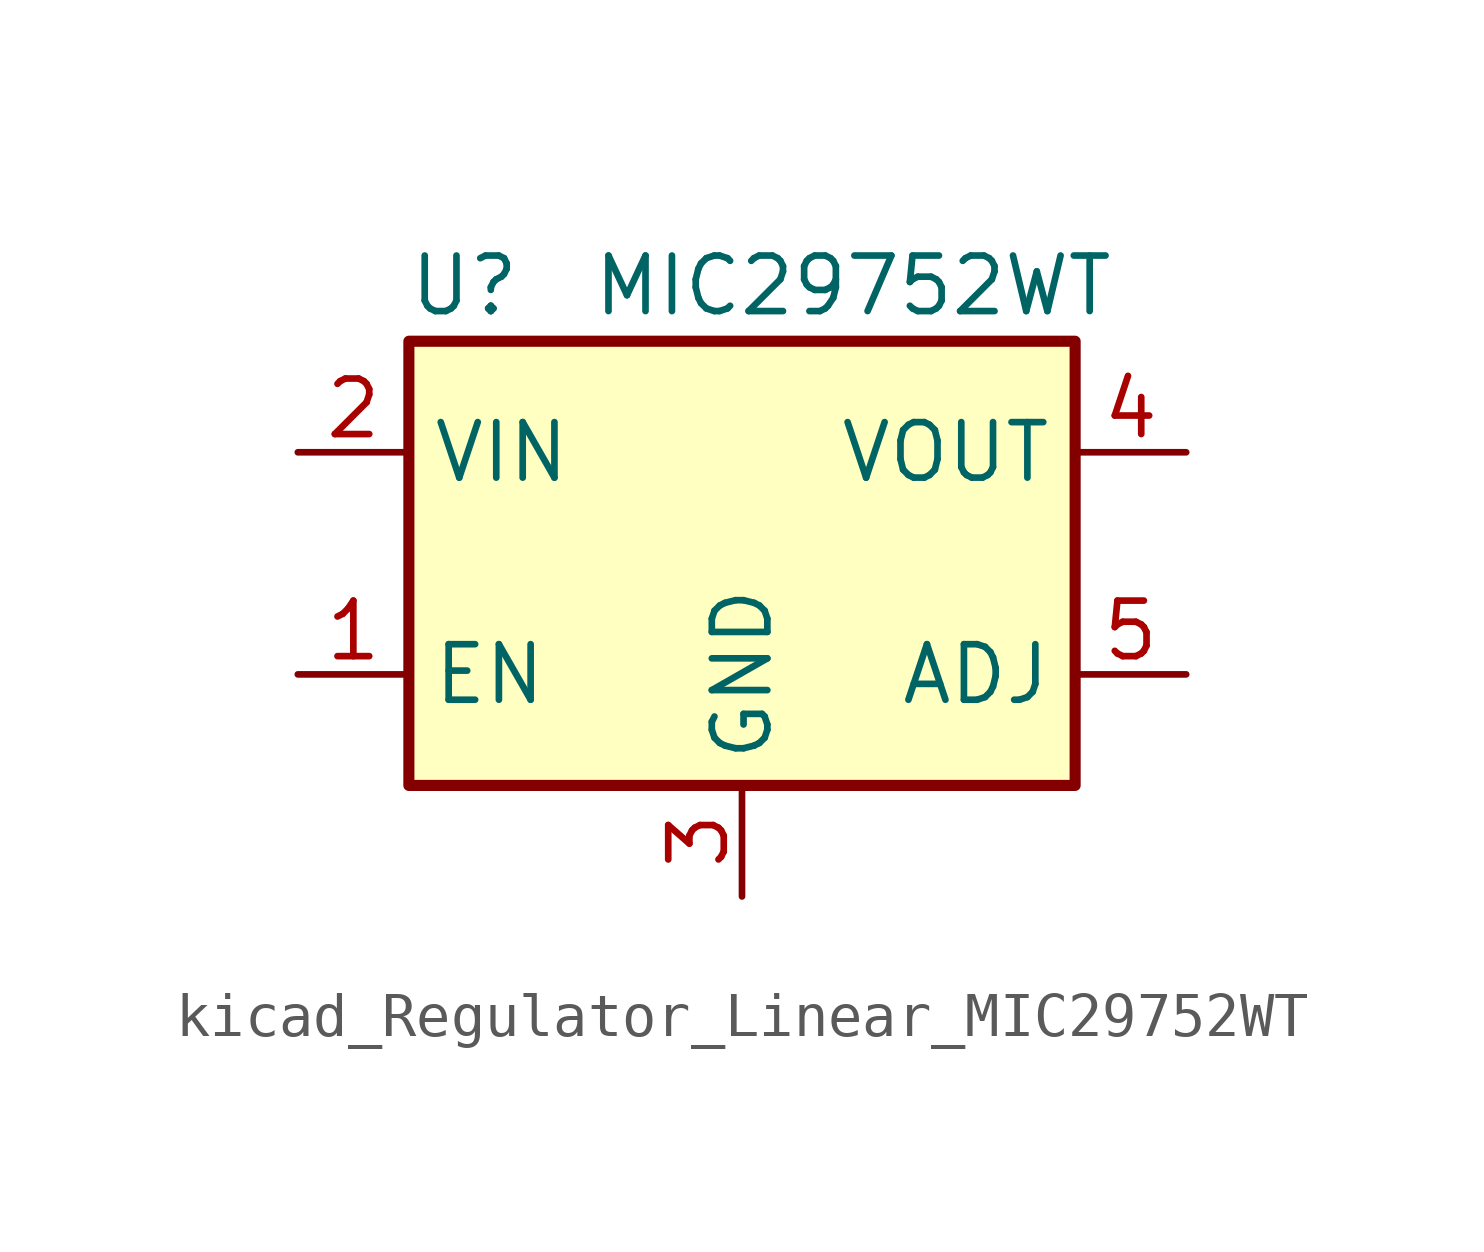
<source format=kicad_sym>
(kicad_symbol_lib
  (version 20220914)
  (generator kicad_symbol_editor)
  (symbol "kicad_Regulator_Linear_MIC29752WT"
    (property "Reference" "U"
      (at -6.35 6.35 0)
      (effects (font (size 1.27 1.27))))
    (property "Value" "MIC29752WT"
      (at 2.54 6.35 0)
      (effects (font (size 1.27 1.27))))
    (symbol "kicad_Regulator_Linear_MIC29752WT_1_1"
      (rectangle (start -7.62 5.08) (end 7.62 -5.08) (stroke (width 0.254) (type default)) (fill (type background)))
      (pin input line (at -10.16 -2.54 0) (length 2.54) (name "EN" (effects (font (size 1.27 1.27)))) (number "1" (effects (font (size 1.27 1.27)))))
      (pin power_in line (at -10.16 2.54 0) (length 2.54) (name "VIN" (effects (font (size 1.27 1.27)))) (number "2" (effects (font (size 1.27 1.27)))))
      (pin power_in line (at 0 -7.62 90) (length 2.54) (name "GND" (effects (font (size 1.27 1.27)))) (number "3" (effects (font (size 1.27 1.27)))))
      (pin power_out line (at 10.16 2.54 180) (length 2.54) (name "VOUT" (effects (font (size 1.27 1.27)))) (number "4" (effects (font (size 1.27 1.27)))))
      (pin input line (at 10.16 -2.54 180) (length 2.54) (name "ADJ" (effects (font (size 1.27 1.27)))) (number "5" (effects (font (size 1.27 1.27))))))))
</source>
